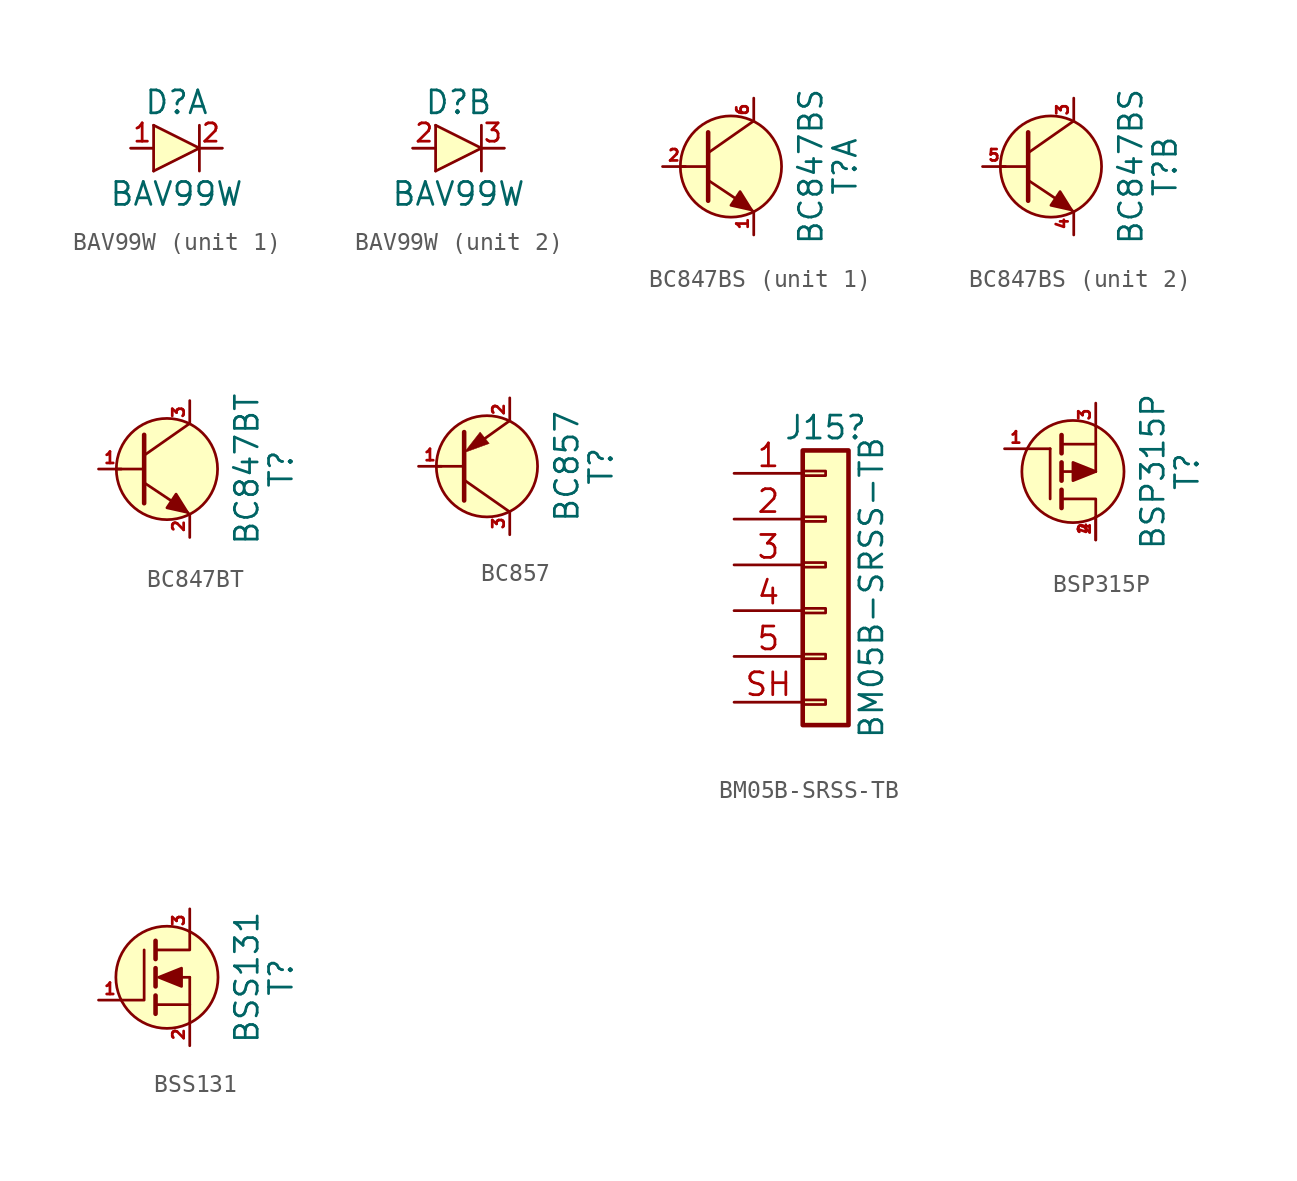
<source format=kicad_sym>
(kicad_symbol_lib
  (version 20231120)
  (generator "kicad_symbol_editor")
  (generator_version "8.0")
  (symbol "BAV99W"
    (pin_names
      (offset 0.254) hide)
    (property "Reference" "D"
      (at 0 2.54 0)
      (effects (font (size 1.27 1.27))))
    (property "Value" "BAV99W"
      (at 0 -2.54 0)
      (effects (font (size 1.27 1.27))))
    (property "Datasheet" ""
      (at 0 0 0)
      (effects (font (size 1.524 1.524))))
    (symbol "BAV99W_0_1"
      (polyline (pts (xy 1.27 1.27) (xy 1.27 -1.27)) (stroke (width 0) (type default)) (fill (type none)))
      (polyline (pts (xy -2.54 0) (xy -1.27 0) (xy -1.27 0)) (stroke (width 0.127) (type default)) (fill (type none)))
      (polyline (pts (xy -1.27 1.27) (xy -1.27 -1.27) (xy -1.27 -1.27)) (stroke (width 0) (type default)) (fill (type none)))
      (polyline (pts (xy -1.27 1.27) (xy 1.27 0) (xy -1.27 -1.27)) (stroke (width 0) (type default)) (fill (type background)))
      (polyline (pts (xy 1.27 0) (xy 2.54 0) (xy 2.54 0)) (stroke (width 0.127) (type default)) (fill (type none))))
    (symbol "BAV99W_1_1"
      (pin passive line (at -2.54 0 0) (length 1.27) (name "A" (effects (font (size 1.016 1.016)))) (number "1" (effects (font (size 1.016 1.016)))))
      (pin passive line (at 2.54 0 180) (length 1.27) (name "K" (effects (font (size 1.016 1.016)))) (number "2" (effects (font (size 1.016 1.016))))))
    (symbol "BAV99W_2_1"
      (pin passive line (at -2.54 0 0) (length 1.27) (name "A" (effects (font (size 1.016 1.016)))) (number "2" (effects (font (size 1.016 1.016)))))
      (pin passive line (at 2.54 0 180) (length 1.27) (name "K" (effects (font (size 1.016 1.016)))) (number "3" (effects (font (size 1.016 1.016)))))))
  (symbol "BC847BS"
    (pin_names
      (offset 0))
    (property "Reference" "T"
      (at 7.62 0 90)
      (effects (font (size 1.27 1.27))))
    (property "Value" "BC847BS"
      (at 5.715 0 90)
      (effects (font (size 1.27 1.27))))
    (property "Part" ""
      (at 0 0 0)
      (effects (font (size 1.27 1.27))))
    (symbol "BC847BS_0_1"
      (polyline (pts (xy 0 0) (xy -1.524 0) (xy -1.524 0)) (stroke (width 0) (type default)) (fill (type none)))
      (polyline (pts (xy 0 1.905) (xy 0 -1.905) (xy 0 -1.905)) (stroke (width 0.254) (type default)) (fill (type none)))
      (polyline (pts (xy 1.524 -1.778) (xy 0 -0.762) (xy 0 -0.762)) (stroke (width 0) (type default)) (fill (type none)))
      (polyline (pts (xy 2.286 -2.286) (xy 2.54 -2.54) (xy 2.54 -2.54)) (stroke (width 0) (type default)) (fill (type none)))
      (polyline (pts (xy 2.54 2.54) (xy 0 0.762) (xy 0 0.762) (xy 0 0.762)) (stroke (width 0) (type default)) (fill (type none)))
      (polyline (pts (xy 1.27 -2.159) (xy 2.413 -2.413) (xy 1.778 -1.397) (xy 1.27 -2.159) (xy 1.27 -2.159)) (stroke (width 0) (type default)) (fill (type outline)))
      (circle (center 1.27 0) (radius 2.819) (stroke (width 0) (type default)) (fill (type background))))
    (symbol "BC847BS_1_1"
      (pin passive line (at 2.54 -3.81 90) (length 1.27) (name "~" (effects (font (size 0.635 0.635)))) (number "1" (effects (font (size 0.635 0.635)))))
      (pin passive line (at -2.54 0 0) (length 1.27) (name "~" (effects (font (size 0.635 0.635)))) (number "2" (effects (font (size 0.635 0.635)))))
      (pin passive line (at 2.54 3.81 270) (length 1.27) (name "~" (effects (font (size 0.635 0.635)))) (number "6" (effects (font (size 0.635 0.635))))))
    (symbol "BC847BS_2_1"
      (pin passive line (at 2.54 3.81 270) (length 1.27) (name "~" (effects (font (size 0.635 0.635)))) (number "3" (effects (font (size 0.635 0.635)))))
      (pin passive line (at 2.54 -3.81 90) (length 1.27) (name "~" (effects (font (size 0.635 0.635)))) (number "4" (effects (font (size 0.635 0.635)))))
      (pin passive line (at -2.54 0 0) (length 1.27) (name "~" (effects (font (size 0.635 0.635)))) (number "5" (effects (font (size 0.635 0.635)))))))
  (symbol "BC847BT"
    (pin_names
      (offset 0))
    (property "Reference" "T"
      (at 7.62 0 90)
      (effects (font (size 1.27 1.27))))
    (property "Value" "BC847BT"
      (at 5.715 0 90)
      (effects (font (size 1.27 1.27))))
    (symbol "BC847BT_0_1"
      (polyline (pts (xy 0 0) (xy -1.524 0) (xy -1.524 0)) (stroke (width 0) (type default)) (fill (type none)))
      (polyline (pts (xy 0 1.905) (xy 0 -1.905) (xy 0 -1.905)) (stroke (width 0.254) (type default)) (fill (type none)))
      (polyline (pts (xy 1.524 -1.778) (xy 0 -0.762) (xy 0 -0.762)) (stroke (width 0) (type default)) (fill (type none)))
      (polyline (pts (xy 2.286 -2.286) (xy 2.54 -2.54) (xy 2.54 -2.54)) (stroke (width 0) (type default)) (fill (type none)))
      (polyline (pts (xy 2.54 2.54) (xy 0 0.762) (xy 0 0.762) (xy 0 0.762)) (stroke (width 0) (type default)) (fill (type none)))
      (polyline (pts (xy 1.27 -2.159) (xy 2.413 -2.413) (xy 1.778 -1.397) (xy 1.27 -2.159) (xy 1.27 -2.159)) (stroke (width 0) (type default)) (fill (type outline)))
      (circle (center 1.27 0) (radius 2.819) (stroke (width 0) (type default)) (fill (type background))))
    (symbol "BC847BT_1_1"
      (pin passive line (at -2.54 0 0) (length 1.27) (name "~" (effects (font (size 0.635 0.635)))) (number "1" (effects (font (size 0.635 0.635)))))
      (pin passive line (at 2.54 -3.81 90) (length 1.27) (name "~" (effects (font (size 0.635 0.635)))) (number "2" (effects (font (size 0.635 0.635)))))
      (pin passive line (at 2.54 3.81 270) (length 1.27) (name "~" (effects (font (size 0.635 0.635)))) (number "3" (effects (font (size 0.635 0.635)))))))
  (symbol "BC857"
    (pin_names
      (offset 0) hide)
    (property "Reference" "T"
      (at 7.62 0 90)
      (effects (font (size 1.27 1.27))))
    (property "Value" "BC857"
      (at 5.715 0 90)
      (effects (font (size 1.27 1.27))))
    (property "Datasheet" ""
      (at 0 0 0)
      (effects (font (size 1.524 1.524))))
    (symbol "BC857_0_1"
      (polyline (pts (xy 0 -0.762) (xy 2.54 -2.54) (xy 2.54 -2.54)) (stroke (width 0) (type default)) (fill (type none)))
      (polyline (pts (xy 0 0) (xy -1.524 0) (xy -1.524 0)) (stroke (width 0) (type default)) (fill (type none)))
      (polyline (pts (xy 0 1.905) (xy 0 -1.905) (xy 0 -1.905)) (stroke (width 0.254) (type default)) (fill (type outline)))
      (polyline (pts (xy 2.54 2.54) (xy 0.762 1.27) (xy 0.762 1.27)) (stroke (width 0) (type default)) (fill (type none)))
      (polyline (pts (xy 0 0.762) (xy 1.397 1.27) (xy 0.889 1.905) (xy 0 0.762) (xy 0 0.762)) (stroke (width 0.025) (type default)) (fill (type outline)))
      (circle (center 1.27 0) (radius 2.819) (stroke (width 0) (type default)) (fill (type background))))
    (symbol "BC857_1_1"
      (pin passive line (at -2.54 0 0) (length 1.27) (name "~" (effects (font (size 0.635 0.635)))) (number "1" (effects (font (size 0.635 0.635)))))
      (pin passive line (at 2.54 3.81 270) (length 1.27) (name "~" (effects (font (size 0.635 0.635)))) (number "2" (effects (font (size 0.635 0.635)))))
      (pin passive line (at 2.54 -3.81 90) (length 1.27) (name "~" (effects (font (size 0.635 0.635)))) (number "3" (effects (font (size 0.635 0.635)))))))
  (symbol "BM05B-SRSS-TB"
    (pin_names
      (offset 1.016) hide)
    (property "Reference" "J15"
      (at 0 7.62 0)
      (effects (font (size 1.27 1.27))))
    (property "Value" "BM05B-SRSS-TB"
      (at 2.54 -1.27 90)
      (effects (font (size 1.27 1.27))))
    (symbol "BM05B-SRSS-TB_1_1"
      (rectangle (start -1.27 -7.493) (end 0 -7.747) (stroke (width 0.152) (type default)) (fill (type none)))
      (rectangle (start -1.27 -4.953) (end 0 -5.207) (stroke (width 0.152) (type default)) (fill (type none)))
      (rectangle (start -1.27 -2.413) (end 0 -2.667) (stroke (width 0.152) (type default)) (fill (type none)))
      (rectangle (start -1.27 0.127) (end 0 -0.127) (stroke (width 0.152) (type default)) (fill (type none)))
      (rectangle (start -1.27 2.667) (end 0 2.413) (stroke (width 0.152) (type default)) (fill (type none)))
      (rectangle (start -1.27 5.207) (end 0 4.953) (stroke (width 0.152) (type default)) (fill (type none)))
      (rectangle (start -1.27 6.35) (end 1.27 -8.89) (stroke (width 0.254) (type default)) (fill (type background)))
      (pin passive line (at -5.08 5.08 0) (length 3.81) (name "Pin_1" (effects (font (size 1.27 1.27)))) (number "1" (effects (font (size 1.27 1.27)))))
      (pin passive line (at -5.08 2.54 0) (length 3.81) (name "Pin_2" (effects (font (size 1.27 1.27)))) (number "2" (effects (font (size 1.27 1.27)))))
      (pin passive line (at -5.08 0 0) (length 3.81) (name "Pin_3" (effects (font (size 1.27 1.27)))) (number "3" (effects (font (size 1.27 1.27)))))
      (pin passive line (at -5.08 -2.54 0) (length 3.81) (name "Pin_4" (effects (font (size 1.27 1.27)))) (number "4" (effects (font (size 1.27 1.27)))))
      (pin passive line (at -5.08 -5.08 0) (length 3.81) (name "Pin_5" (effects (font (size 1.27 1.27)))) (number "5" (effects (font (size 1.27 1.27)))))
      (pin passive line (at -5.08 -7.62 0) (length 3.81) (name "Pin_6" (effects (font (size 1.27 1.27)))) (number "SH" (effects (font (size 1.27 1.27)))))))
  (symbol "BSP315P"
    (pin_names
      (offset 0) hide)
    (property "Reference" "T"
      (at 6.35 0 90)
      (effects (font (size 1.27 1.27))))
    (property "Value" "BSP315P"
      (at 4.445 0 90)
      (effects (font (size 1.27 1.27))))
    (property "Datasheet" ""
      (at 0 0 0)
      (effects (font (size 1.524 1.524))))
    (symbol "BSP315P_0_1"
      (polyline (pts (xy -1.27 -1.524) (xy -1.27 1.27)) (stroke (width 0) (type default)) (fill (type none)))
      (polyline (pts (xy -1.27 1.27) (xy -2.54 1.27)) (stroke (width 0) (type default)) (fill (type none)))
      (polyline (pts (xy -0.635 -1.016) (xy -0.635 -2.032)) (stroke (width 0.254) (type default)) (fill (type none)))
      (polyline (pts (xy -0.635 0.508) (xy -0.635 -0.508)) (stroke (width 0.254) (type default)) (fill (type none)))
      (polyline (pts (xy -0.635 1.016) (xy -0.635 2.032)) (stroke (width 0.254) (type default)) (fill (type none)))
      (polyline (pts (xy -0.508 0) (xy 0.254 0)) (stroke (width 0) (type default)) (fill (type none)))
      (polyline (pts (xy 0.635 0) (xy 1.27 0)) (stroke (width 0) (type default)) (fill (type none)))
      (polyline (pts (xy 1.27 1.524) (xy 1.27 0)) (stroke (width 0) (type default)) (fill (type none)))
      (polyline (pts (xy -0.635 -1.524) (xy 1.27 -1.524) (xy 1.27 -2.54)) (stroke (width 0) (type default)) (fill (type none)))
      (polyline (pts (xy 1.27 2.54) (xy 1.27 1.524) (xy -0.635 1.524)) (stroke (width 0) (type default)) (fill (type none)))
      (polyline (pts (xy 1.27 0) (xy 0 0.508) (xy 0 -0.508) (xy 1.27 0)) (stroke (width 0) (type default)) (fill (type outline)))
      (circle (center 0 0) (radius 2.845) (stroke (width 0) (type default)) (fill (type background))))
    (symbol "BSP315P_1_1"
      (pin input line (at -3.81 1.27 0) (length 1.27) (name "~" (effects (font (size 0.635 0.635)))) (number "1" (effects (font (size 0.635 0.635)))))
      (pin passive line (at 1.27 -3.81 90) (length 1.27) (name "~" (effects (font (size 0.635 0.635)))) (number "2" (effects (font (size 0.635 0.635)))))
      (pin passive line (at 1.27 3.81 270) (length 1.27) (name "~" (effects (font (size 0.635 0.635)))) (number "3" (effects (font (size 0.635 0.635)))))
      (pin passive line (at 1.27 -3.81 90) (length 1.27) (name "~" (effects (font (size 0.635 0.635)))) (number "4" (effects (font (size 0.635 0.635)))))))
  (symbol "BSS131"
    (pin_names
      (offset 0) hide)
    (property "Reference" "T"
      (at 6.35 0 90)
      (effects (font (size 1.27 1.27))))
    (property "Value" "BSS131"
      (at 4.445 0 90)
      (effects (font (size 1.27 1.27))))
    (property "Datasheet" ""
      (at 0 0 0)
      (effects (font (size 1.524 1.524))))
    (symbol "BSS131_0_1"
      (polyline (pts (xy -0.635 -1.016) (xy -0.635 -2.032)) (stroke (width 0.254) (type default)) (fill (type none)))
      (polyline (pts (xy -0.635 0.508) (xy -0.635 -0.508)) (stroke (width 0.254) (type default)) (fill (type none)))
      (polyline (pts (xy -0.635 1.016) (xy -0.635 2.032)) (stroke (width 0.254) (type default)) (fill (type none)))
      (polyline (pts (xy 0.635 0) (xy 1.27 0)) (stroke (width 0) (type default)) (fill (type none)))
      (polyline (pts (xy 1.27 -1.524) (xy 1.27 0)) (stroke (width 0) (type default)) (fill (type none)))
      (polyline (pts (xy -2.54 -1.27) (xy -1.27 -1.27) (xy -1.27 1.524)) (stroke (width 0) (type default)) (fill (type none)))
      (polyline (pts (xy -0.635 -1.524) (xy 1.27 -1.524) (xy 1.27 -2.54)) (stroke (width 0) (type default)) (fill (type none)))
      (polyline (pts (xy 1.27 2.54) (xy 1.27 1.524) (xy -0.635 1.524)) (stroke (width 0) (type default)) (fill (type none)))
      (polyline (pts (xy -0.457 0) (xy 0.813 0.508) (xy 0.813 -0.508) (xy -0.457 0)) (stroke (width 0) (type default)) (fill (type outline)))
      (circle (center 0 0) (radius 2.845) (stroke (width 0) (type default)) (fill (type background))))
    (symbol "BSS131_1_1"
      (pin input line (at -3.81 -1.27 0) (length 1.27) (name "G" (effects (font (size 0.635 0.635)))) (number "1" (effects (font (size 0.635 0.635)))))
      (pin passive line (at 1.27 -3.81 90) (length 1.27) (name "S" (effects (font (size 0.635 0.635)))) (number "2" (effects (font (size 0.635 0.635)))))
      (pin passive line (at 1.27 3.81 270) (length 1.27) (name "D" (effects (font (size 0.635 0.635)))) (number "3" (effects (font (size 0.635 0.635))))))))
</source>
